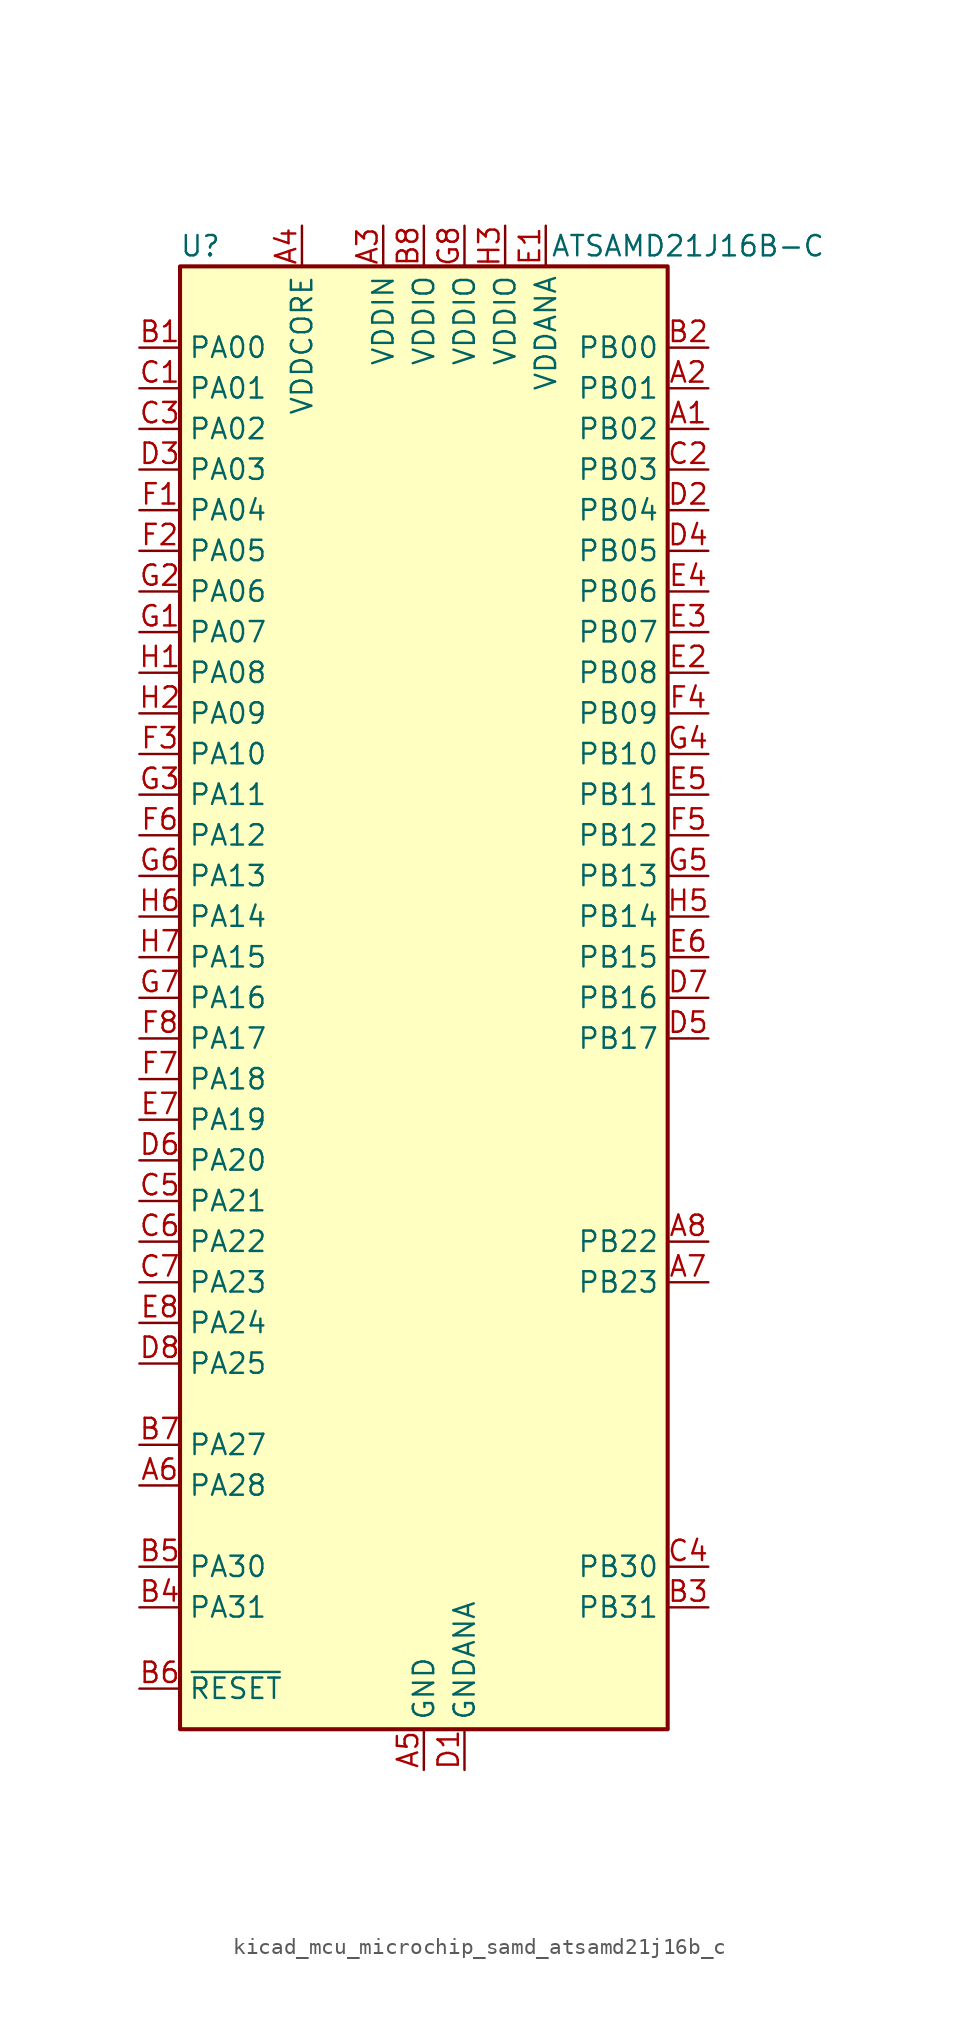
<source format=kicad_sym>
(kicad_symbol_lib
  (version 20220914)
  (generator kicad_symbol_editor)
  (symbol "kicad_mcu_microchip_samd_atsamd21j16b_c"
    (property "Reference" "U"
      (at -13.97 46.99 0)
      (effects (font (size 1.27 1.27))))
    (property "Value" "ATSAMD21J16B-C"
      (at 16.51 46.99 0)
      (effects (font (size 1.27 1.27))))
    (symbol "kicad_mcu_microchip_samd_atsamd21j16b_c_0_1"
      (rectangle (start -15.24 45.72) (end 15.24 -45.72) (stroke (width 0.254) (type default)) (fill (type background))))
    (symbol "kicad_mcu_microchip_samd_atsamd21j16b_c_1_1"
      (pin bidirectional line (at 17.78 35.56 180) (length 2.54) (name "PB02" (effects (font (size 1.27 1.27)))) (number "A1" (effects (font (size 1.27 1.27)))))
      (pin bidirectional line (at 17.78 38.1 180) (length 2.54) (name "PB01" (effects (font (size 1.27 1.27)))) (number "A2" (effects (font (size 1.27 1.27)))))
      (pin power_in line (at -2.54 48.26 270) (length 2.54) (name "VDDIN" (effects (font (size 1.27 1.27)))) (number "A3" (effects (font (size 1.27 1.27)))))
      (pin power_out line (at -7.62 48.26 270) (length 2.54) (name "VDDCORE" (effects (font (size 1.27 1.27)))) (number "A4" (effects (font (size 1.27 1.27)))))
      (pin power_in line (at 0 -48.26 90) (length 2.54) (name "GND" (effects (font (size 1.27 1.27)))) (number "A5" (effects (font (size 1.27 1.27)))))
      (pin bidirectional line (at -17.78 -30.48 0) (length 2.54) (name "PA28" (effects (font (size 1.27 1.27)))) (number "A6" (effects (font (size 1.27 1.27)))))
      (pin bidirectional line (at 17.78 -17.78 180) (length 2.54) (name "PB23" (effects (font (size 1.27 1.27)))) (number "A7" (effects (font (size 1.27 1.27)))))
      (pin bidirectional line (at 17.78 -15.24 180) (length 2.54) (name "PB22" (effects (font (size 1.27 1.27)))) (number "A8" (effects (font (size 1.27 1.27)))))
      (pin bidirectional line (at -17.78 40.64 0) (length 2.54) (name "PA00" (effects (font (size 1.27 1.27)))) (number "B1" (effects (font (size 1.27 1.27)))))
      (pin bidirectional line (at 17.78 40.64 180) (length 2.54) (name "PB00" (effects (font (size 1.27 1.27)))) (number "B2" (effects (font (size 1.27 1.27)))))
      (pin bidirectional line (at 17.78 -38.1 180) (length 2.54) (name "PB31" (effects (font (size 1.27 1.27)))) (number "B3" (effects (font (size 1.27 1.27)))))
      (pin bidirectional line (at -17.78 -38.1 0) (length 2.54) (name "PA31" (effects (font (size 1.27 1.27)))) (number "B4" (effects (font (size 1.27 1.27)))))
      (pin bidirectional line (at -17.78 -35.56 0) (length 2.54) (name "PA30" (effects (font (size 1.27 1.27)))) (number "B5" (effects (font (size 1.27 1.27)))))
      (pin input line (at -17.78 -43.18 0) (length 2.54) (name "~{RESET}" (effects (font (size 1.27 1.27)))) (number "B6" (effects (font (size 1.27 1.27)))))
      (pin bidirectional line (at -17.78 -27.94 0) (length 2.54) (name "PA27" (effects (font (size 1.27 1.27)))) (number "B7" (effects (font (size 1.27 1.27)))))
      (pin power_in line (at 0 48.26 270) (length 2.54) (name "VDDIO" (effects (font (size 1.27 1.27)))) (number "B8" (effects (font (size 1.27 1.27)))))
      (pin bidirectional line (at -17.78 38.1 0) (length 2.54) (name "PA01" (effects (font (size 1.27 1.27)))) (number "C1" (effects (font (size 1.27 1.27)))))
      (pin bidirectional line (at 17.78 33.02 180) (length 2.54) (name "PB03" (effects (font (size 1.27 1.27)))) (number "C2" (effects (font (size 1.27 1.27)))))
      (pin bidirectional line (at -17.78 35.56 0) (length 2.54) (name "PA02" (effects (font (size 1.27 1.27)))) (number "C3" (effects (font (size 1.27 1.27)))))
      (pin bidirectional line (at 17.78 -35.56 180) (length 2.54) (name "PB30" (effects (font (size 1.27 1.27)))) (number "C4" (effects (font (size 1.27 1.27)))))
      (pin bidirectional line (at -17.78 -12.7 0) (length 2.54) (name "PA21" (effects (font (size 1.27 1.27)))) (number "C5" (effects (font (size 1.27 1.27)))))
      (pin bidirectional line (at -17.78 -15.24 0) (length 2.54) (name "PA22" (effects (font (size 1.27 1.27)))) (number "C6" (effects (font (size 1.27 1.27)))))
      (pin bidirectional line (at -17.78 -17.78 0) (length 2.54) (name "PA23" (effects (font (size 1.27 1.27)))) (number "C7" (effects (font (size 1.27 1.27)))))
      (pin passive line (at 0 -48.26 90) (length 2.54) hide (name "GND" (effects (font (size 1.27 1.27)))) (number "C8" (effects (font (size 1.27 1.27)))))
      (pin power_in line (at 2.54 -48.26 90) (length 2.54) (name "GNDANA" (effects (font (size 1.27 1.27)))) (number "D1" (effects (font (size 1.27 1.27)))))
      (pin bidirectional line (at 17.78 30.48 180) (length 2.54) (name "PB04" (effects (font (size 1.27 1.27)))) (number "D2" (effects (font (size 1.27 1.27)))))
      (pin bidirectional line (at -17.78 33.02 0) (length 2.54) (name "PA03" (effects (font (size 1.27 1.27)))) (number "D3" (effects (font (size 1.27 1.27)))))
      (pin bidirectional line (at 17.78 27.94 180) (length 2.54) (name "PB05" (effects (font (size 1.27 1.27)))) (number "D4" (effects (font (size 1.27 1.27)))))
      (pin bidirectional line (at 17.78 -2.54 180) (length 2.54) (name "PB17" (effects (font (size 1.27 1.27)))) (number "D5" (effects (font (size 1.27 1.27)))))
      (pin bidirectional line (at -17.78 -10.16 0) (length 2.54) (name "PA20" (effects (font (size 1.27 1.27)))) (number "D6" (effects (font (size 1.27 1.27)))))
      (pin bidirectional line (at 17.78 0 180) (length 2.54) (name "PB16" (effects (font (size 1.27 1.27)))) (number "D7" (effects (font (size 1.27 1.27)))))
      (pin bidirectional line (at -17.78 -22.86 0) (length 2.54) (name "PA25" (effects (font (size 1.27 1.27)))) (number "D8" (effects (font (size 1.27 1.27)))))
      (pin power_in line (at 7.62 48.26 270) (length 2.54) (name "VDDANA" (effects (font (size 1.27 1.27)))) (number "E1" (effects (font (size 1.27 1.27)))))
      (pin bidirectional line (at 17.78 20.32 180) (length 2.54) (name "PB08" (effects (font (size 1.27 1.27)))) (number "E2" (effects (font (size 1.27 1.27)))))
      (pin bidirectional line (at 17.78 22.86 180) (length 2.54) (name "PB07" (effects (font (size 1.27 1.27)))) (number "E3" (effects (font (size 1.27 1.27)))))
      (pin bidirectional line (at 17.78 25.4 180) (length 2.54) (name "PB06" (effects (font (size 1.27 1.27)))) (number "E4" (effects (font (size 1.27 1.27)))))
      (pin bidirectional line (at 17.78 12.7 180) (length 2.54) (name "PB11" (effects (font (size 1.27 1.27)))) (number "E5" (effects (font (size 1.27 1.27)))))
      (pin bidirectional line (at 17.78 2.54 180) (length 2.54) (name "PB15" (effects (font (size 1.27 1.27)))) (number "E6" (effects (font (size 1.27 1.27)))))
      (pin bidirectional line (at -17.78 -7.62 0) (length 2.54) (name "PA19" (effects (font (size 1.27 1.27)))) (number "E7" (effects (font (size 1.27 1.27)))))
      (pin bidirectional line (at -17.78 -20.32 0) (length 2.54) (name "PA24" (effects (font (size 1.27 1.27)))) (number "E8" (effects (font (size 1.27 1.27)))))
      (pin bidirectional line (at -17.78 30.48 0) (length 2.54) (name "PA04" (effects (font (size 1.27 1.27)))) (number "F1" (effects (font (size 1.27 1.27)))))
      (pin bidirectional line (at -17.78 27.94 0) (length 2.54) (name "PA05" (effects (font (size 1.27 1.27)))) (number "F2" (effects (font (size 1.27 1.27)))))
      (pin bidirectional line (at -17.78 15.24 0) (length 2.54) (name "PA10" (effects (font (size 1.27 1.27)))) (number "F3" (effects (font (size 1.27 1.27)))))
      (pin bidirectional line (at 17.78 17.78 180) (length 2.54) (name "PB09" (effects (font (size 1.27 1.27)))) (number "F4" (effects (font (size 1.27 1.27)))))
      (pin bidirectional line (at 17.78 10.16 180) (length 2.54) (name "PB12" (effects (font (size 1.27 1.27)))) (number "F5" (effects (font (size 1.27 1.27)))))
      (pin bidirectional line (at -17.78 10.16 0) (length 2.54) (name "PA12" (effects (font (size 1.27 1.27)))) (number "F6" (effects (font (size 1.27 1.27)))))
      (pin bidirectional line (at -17.78 -5.08 0) (length 2.54) (name "PA18" (effects (font (size 1.27 1.27)))) (number "F7" (effects (font (size 1.27 1.27)))))
      (pin bidirectional line (at -17.78 -2.54 0) (length 2.54) (name "PA17" (effects (font (size 1.27 1.27)))) (number "F8" (effects (font (size 1.27 1.27)))))
      (pin bidirectional line (at -17.78 22.86 0) (length 2.54) (name "PA07" (effects (font (size 1.27 1.27)))) (number "G1" (effects (font (size 1.27 1.27)))))
      (pin bidirectional line (at -17.78 25.4 0) (length 2.54) (name "PA06" (effects (font (size 1.27 1.27)))) (number "G2" (effects (font (size 1.27 1.27)))))
      (pin bidirectional line (at -17.78 12.7 0) (length 2.54) (name "PA11" (effects (font (size 1.27 1.27)))) (number "G3" (effects (font (size 1.27 1.27)))))
      (pin bidirectional line (at 17.78 15.24 180) (length 2.54) (name "PB10" (effects (font (size 1.27 1.27)))) (number "G4" (effects (font (size 1.27 1.27)))))
      (pin bidirectional line (at 17.78 7.62 180) (length 2.54) (name "PB13" (effects (font (size 1.27 1.27)))) (number "G5" (effects (font (size 1.27 1.27)))))
      (pin bidirectional line (at -17.78 7.62 0) (length 2.54) (name "PA13" (effects (font (size 1.27 1.27)))) (number "G6" (effects (font (size 1.27 1.27)))))
      (pin bidirectional line (at -17.78 0 0) (length 2.54) (name "PA16" (effects (font (size 1.27 1.27)))) (number "G7" (effects (font (size 1.27 1.27)))))
      (pin power_in line (at 2.54 48.26 270) (length 2.54) (name "VDDIO" (effects (font (size 1.27 1.27)))) (number "G8" (effects (font (size 1.27 1.27)))))
      (pin bidirectional line (at -17.78 20.32 0) (length 2.54) (name "PA08" (effects (font (size 1.27 1.27)))) (number "H1" (effects (font (size 1.27 1.27)))))
      (pin bidirectional line (at -17.78 17.78 0) (length 2.54) (name "PA09" (effects (font (size 1.27 1.27)))) (number "H2" (effects (font (size 1.27 1.27)))))
      (pin power_in line (at 5.08 48.26 270) (length 2.54) (name "VDDIO" (effects (font (size 1.27 1.27)))) (number "H3" (effects (font (size 1.27 1.27)))))
      (pin passive line (at 0 -48.26 90) (length 2.54) hide (name "GND" (effects (font (size 1.27 1.27)))) (number "H4" (effects (font (size 1.27 1.27)))))
      (pin bidirectional line (at 17.78 5.08 180) (length 2.54) (name "PB14" (effects (font (size 1.27 1.27)))) (number "H5" (effects (font (size 1.27 1.27)))))
      (pin bidirectional line (at -17.78 5.08 0) (length 2.54) (name "PA14" (effects (font (size 1.27 1.27)))) (number "H6" (effects (font (size 1.27 1.27)))))
      (pin bidirectional line (at -17.78 2.54 0) (length 2.54) (name "PA15" (effects (font (size 1.27 1.27)))) (number "H7" (effects (font (size 1.27 1.27)))))
      (pin passive line (at 0 -48.26 90) (length 2.54) hide (name "GND" (effects (font (size 1.27 1.27)))) (number "H8" (effects (font (size 1.27 1.27))))))))
</source>
